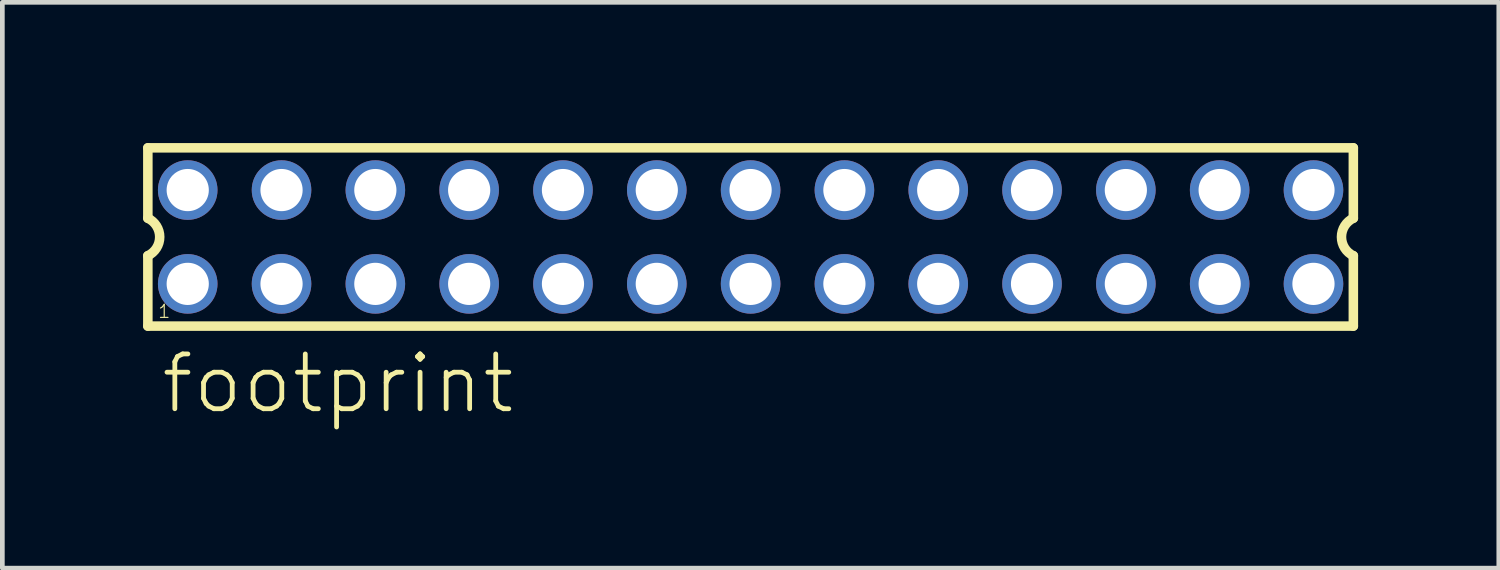
<source format=kicad_pcb>
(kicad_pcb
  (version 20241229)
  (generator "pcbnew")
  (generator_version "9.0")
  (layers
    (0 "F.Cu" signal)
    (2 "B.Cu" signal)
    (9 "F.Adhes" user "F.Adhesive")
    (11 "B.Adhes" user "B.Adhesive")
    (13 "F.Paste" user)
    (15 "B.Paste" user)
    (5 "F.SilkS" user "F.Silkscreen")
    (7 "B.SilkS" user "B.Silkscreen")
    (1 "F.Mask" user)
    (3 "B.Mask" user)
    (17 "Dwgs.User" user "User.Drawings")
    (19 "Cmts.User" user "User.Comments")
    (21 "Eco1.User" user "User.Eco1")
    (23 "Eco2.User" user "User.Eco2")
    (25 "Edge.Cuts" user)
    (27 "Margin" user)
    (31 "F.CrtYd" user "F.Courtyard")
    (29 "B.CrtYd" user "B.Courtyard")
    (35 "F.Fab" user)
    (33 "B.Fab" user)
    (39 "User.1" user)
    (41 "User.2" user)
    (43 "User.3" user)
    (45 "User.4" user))
  (footprint "footprint"
    (layer "F.Cu")
    (at 12.952 2.002)
    (property "Reference" "footprint" (at -12.62 3.81 0) (layer "F.SilkS") (effects (font (size 1.168 1.168) (thickness 0.102)) (justify left bottom)))
    (fp_line (start -12.85 -1.9) (end -12.85 -0.4) (stroke (width 0.203) (type solid)) (layer "F.SilkS"))
    (fp_line (start -12.85 0.4) (end -12.85 1.9) (stroke (width 0.203) (type solid)) (layer "F.SilkS"))
    (fp_line (start -12.85 1.9) (end 12.85 1.9) (stroke (width 0.203) (type solid)) (layer "F.SilkS"))
    (fp_line (start 12.85 -1.9) (end -12.85 -1.9) (stroke (width 0.203) (type solid)) (layer "F.SilkS"))
    (fp_line (start 12.85 -0.4) (end 12.85 -1.9) (stroke (width 0.203) (type solid)) (layer "F.SilkS"))
    (fp_line (start 12.85 1.9) (end 12.85 0.4) (stroke (width 0.203) (type solid)) (layer "F.SilkS"))
    (fp_arc (start -12.85 -0.4) (mid -12.597168 -0.000001) (end -12.849998 0.399999) (stroke (width 0.2032) (type solid)) (layer "F.SilkS"))
    (fp_arc (start 12.85 0.4) (mid 12.597168 0.000001) (end 12.849998 -0.399999) (stroke (width 0.2032) (type solid)) (layer "F.SilkS"))
    (fp_poly (pts (xy -12.25 -0.75) (xy -11.75 -0.75) (xy -11.75 -1.25) (xy -12.25 -1.25)) (stroke (width 0.1) (type solid)) (fill no) (layer "F.Fab"))
    (fp_poly (pts (xy -12.25 1.25) (xy -11.75 1.25) (xy -11.75 0.75) (xy -12.25 0.75)) (stroke (width 0.1) (type solid)) (fill no) (layer "F.Fab"))
    (fp_poly (pts (xy -10.25 -0.75) (xy -9.75 -0.75) (xy -9.75 -1.25) (xy -10.25 -1.25)) (stroke (width 0.1) (type solid)) (fill no) (layer "F.Fab"))
    (fp_poly (pts (xy -10.25 1.25) (xy -9.75 1.25) (xy -9.75 0.75) (xy -10.25 0.75)) (stroke (width 0.1) (type solid)) (fill no) (layer "F.Fab"))
    (fp_poly (pts (xy -8.25 -0.75) (xy -7.75 -0.75) (xy -7.75 -1.25) (xy -8.25 -1.25)) (stroke (width 0.1) (type solid)) (fill no) (layer "F.Fab"))
    (fp_poly (pts (xy -8.25 1.25) (xy -7.75 1.25) (xy -7.75 0.75) (xy -8.25 0.75)) (stroke (width 0.1) (type solid)) (fill no) (layer "F.Fab"))
    (fp_poly (pts (xy -6.25 -0.75) (xy -5.75 -0.75) (xy -5.75 -1.25) (xy -6.25 -1.25)) (stroke (width 0.1) (type solid)) (fill no) (layer "F.Fab"))
    (fp_poly (pts (xy -6.25 1.25) (xy -5.75 1.25) (xy -5.75 0.75) (xy -6.25 0.75)) (stroke (width 0.1) (type solid)) (fill no) (layer "F.Fab"))
    (fp_poly (pts (xy -4.25 -0.75) (xy -3.75 -0.75) (xy -3.75 -1.25) (xy -4.25 -1.25)) (stroke (width 0.1) (type solid)) (fill no) (layer "F.Fab"))
    (fp_poly (pts (xy -4.25 1.25) (xy -3.75 1.25) (xy -3.75 0.75) (xy -4.25 0.75)) (stroke (width 0.1) (type solid)) (fill no) (layer "F.Fab"))
    (fp_poly (pts (xy -2.25 -0.75) (xy -1.75 -0.75) (xy -1.75 -1.25) (xy -2.25 -1.25)) (stroke (width 0.1) (type solid)) (fill no) (layer "F.Fab"))
    (fp_poly (pts (xy -2.25 1.25) (xy -1.75 1.25) (xy -1.75 0.75) (xy -2.25 0.75)) (stroke (width 0.1) (type solid)) (fill no) (layer "F.Fab"))
    (fp_poly (pts (xy -0.25 -0.75) (xy 0.25 -0.75) (xy 0.25 -1.25) (xy -0.25 -1.25)) (stroke (width 0.1) (type solid)) (fill no) (layer "F.Fab"))
    (fp_poly (pts (xy -0.25 1.25) (xy 0.25 1.25) (xy 0.25 0.75) (xy -0.25 0.75)) (stroke (width 0.1) (type solid)) (fill no) (layer "F.Fab"))
    (fp_poly (pts (xy 1.75 -0.75) (xy 2.25 -0.75) (xy 2.25 -1.25) (xy 1.75 -1.25)) (stroke (width 0.1) (type solid)) (fill no) (layer "F.Fab"))
    (fp_poly (pts (xy 1.75 1.25) (xy 2.25 1.25) (xy 2.25 0.75) (xy 1.75 0.75)) (stroke (width 0.1) (type solid)) (fill no) (layer "F.Fab"))
    (fp_poly (pts (xy 3.75 -0.75) (xy 4.25 -0.75) (xy 4.25 -1.25) (xy 3.75 -1.25)) (stroke (width 0.1) (type solid)) (fill no) (layer "F.Fab"))
    (fp_poly (pts (xy 3.75 1.25) (xy 4.25 1.25) (xy 4.25 0.75) (xy 3.75 0.75)) (stroke (width 0.1) (type solid)) (fill no) (layer "F.Fab"))
    (fp_poly (pts (xy 5.75 -0.75) (xy 6.25 -0.75) (xy 6.25 -1.25) (xy 5.75 -1.25)) (stroke (width 0.1) (type solid)) (fill no) (layer "F.Fab"))
    (fp_poly (pts (xy 5.75 1.25) (xy 6.25 1.25) (xy 6.25 0.75) (xy 5.75 0.75)) (stroke (width 0.1) (type solid)) (fill no) (layer "F.Fab"))
    (fp_poly (pts (xy 7.75 -0.75) (xy 8.25 -0.75) (xy 8.25 -1.25) (xy 7.75 -1.25)) (stroke (width 0.1) (type solid)) (fill no) (layer "F.Fab"))
    (fp_poly (pts (xy 7.75 1.25) (xy 8.25 1.25) (xy 8.25 0.75) (xy 7.75 0.75)) (stroke (width 0.1) (type solid)) (fill no) (layer "F.Fab"))
    (fp_poly (pts (xy 9.75 -0.75) (xy 10.25 -0.75) (xy 10.25 -1.25) (xy 9.75 -1.25)) (stroke (width 0.1) (type solid)) (fill no) (layer "F.Fab"))
    (fp_poly (pts (xy 9.75 1.25) (xy 10.25 1.25) (xy 10.25 0.75) (xy 9.75 0.75)) (stroke (width 0.1) (type solid)) (fill no) (layer "F.Fab"))
    (fp_poly (pts (xy 11.75 -0.75) (xy 12.25 -0.75) (xy 12.25 -1.25) (xy 11.75 -1.25)) (stroke (width 0.1) (type solid)) (fill no) (layer "F.Fab"))
    (fp_poly (pts (xy 11.75 1.25) (xy 12.25 1.25) (xy 12.25 0.75) (xy 11.75 0.75)) (stroke (width 0.1) (type solid)) (fill no) (layer "F.Fab"))
    (fp_text user "1" (at -12.65 1.75 0) (layer "F.SilkS") (effects (font (size 0.28 0.28) (thickness 0.024)) (justify left bottom)))
    (pad "1" thru_hole circle (at -12 1) (size 1.27 1.27) (drill 0.9) (layers "*.Cu" "*.Mask"))
    (pad "2" thru_hole circle (at -12 -1) (size 1.27 1.27) (drill 0.9) (layers "*.Cu" "*.Mask"))
    (pad "3" thru_hole circle (at -10 1) (size 1.27 1.27) (drill 0.9) (layers "*.Cu" "*.Mask"))
    (pad "4" thru_hole circle (at -10 -1) (size 1.27 1.27) (drill 0.9) (layers "*.Cu" "*.Mask"))
    (pad "5" thru_hole circle (at -8 1) (size 1.27 1.27) (drill 0.9) (layers "*.Cu" "*.Mask"))
    (pad "6" thru_hole circle (at -8 -1) (size 1.27 1.27) (drill 0.9) (layers "*.Cu" "*.Mask"))
    (pad "7" thru_hole circle (at -6 1) (size 1.27 1.27) (drill 0.9) (layers "*.Cu" "*.Mask"))
    (pad "8" thru_hole circle (at -6 -1) (size 1.27 1.27) (drill 0.9) (layers "*.Cu" "*.Mask"))
    (pad "9" thru_hole circle (at -4 1) (size 1.27 1.27) (drill 0.9) (layers "*.Cu" "*.Mask"))
    (pad "10" thru_hole circle (at -4 -1) (size 1.27 1.27) (drill 0.9) (layers "*.Cu" "*.Mask"))
    (pad "11" thru_hole circle (at -2 1) (size 1.27 1.27) (drill 0.9) (layers "*.Cu" "*.Mask"))
    (pad "12" thru_hole circle (at -2 -1) (size 1.27 1.27) (drill 0.9) (layers "*.Cu" "*.Mask"))
    (pad "13" thru_hole circle (at 0 1) (size 1.27 1.27) (drill 0.9) (layers "*.Cu" "*.Mask"))
    (pad "14" thru_hole circle (at 0 -1) (size 1.27 1.27) (drill 0.9) (layers "*.Cu" "*.Mask"))
    (pad "15" thru_hole circle (at 2 1) (size 1.27 1.27) (drill 0.9) (layers "*.Cu" "*.Mask"))
    (pad "16" thru_hole circle (at 2 -1) (size 1.27 1.27) (drill 0.9) (layers "*.Cu" "*.Mask"))
    (pad "17" thru_hole circle (at 4 1) (size 1.27 1.27) (drill 0.9) (layers "*.Cu" "*.Mask"))
    (pad "18" thru_hole circle (at 4 -1) (size 1.27 1.27) (drill 0.9) (layers "*.Cu" "*.Mask"))
    (pad "19" thru_hole circle (at 6 1) (size 1.27 1.27) (drill 0.9) (layers "*.Cu" "*.Mask"))
    (pad "20" thru_hole circle (at 6 -1) (size 1.27 1.27) (drill 0.9) (layers "*.Cu" "*.Mask"))
    (pad "21" thru_hole circle (at 8 1) (size 1.27 1.27) (drill 0.9) (layers "*.Cu" "*.Mask"))
    (pad "22" thru_hole circle (at 8 -1) (size 1.27 1.27) (drill 0.9) (layers "*.Cu" "*.Mask"))
    (pad "23" thru_hole circle (at 10 1) (size 1.27 1.27) (drill 0.9) (layers "*.Cu" "*.Mask"))
    (pad "24" thru_hole circle (at 10 -1) (size 1.27 1.27) (drill 0.9) (layers "*.Cu" "*.Mask"))
    (pad "25" thru_hole circle (at 12 1) (size 1.27 1.27) (drill 0.9) (layers "*.Cu" "*.Mask"))
    (pad "26" thru_hole circle (at 12 -1) (size 1.27 1.27) (drill 0.9) (layers "*.Cu" "*.Mask")))
  (gr_rect
    (start -3 -3)
    (end 28.903 9.062)
    (stroke (width 0.1) (type default))
    (fill no)
    (layer "Edge.Cuts")))
</source>
